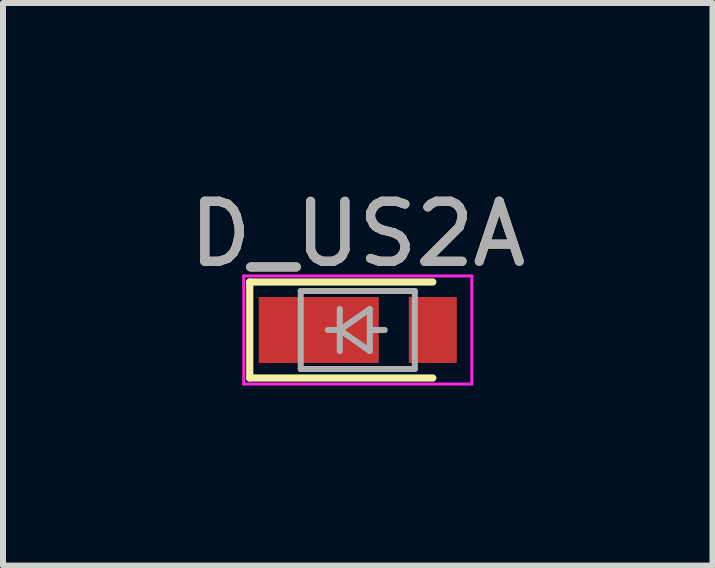
<source format=kicad_pcb>
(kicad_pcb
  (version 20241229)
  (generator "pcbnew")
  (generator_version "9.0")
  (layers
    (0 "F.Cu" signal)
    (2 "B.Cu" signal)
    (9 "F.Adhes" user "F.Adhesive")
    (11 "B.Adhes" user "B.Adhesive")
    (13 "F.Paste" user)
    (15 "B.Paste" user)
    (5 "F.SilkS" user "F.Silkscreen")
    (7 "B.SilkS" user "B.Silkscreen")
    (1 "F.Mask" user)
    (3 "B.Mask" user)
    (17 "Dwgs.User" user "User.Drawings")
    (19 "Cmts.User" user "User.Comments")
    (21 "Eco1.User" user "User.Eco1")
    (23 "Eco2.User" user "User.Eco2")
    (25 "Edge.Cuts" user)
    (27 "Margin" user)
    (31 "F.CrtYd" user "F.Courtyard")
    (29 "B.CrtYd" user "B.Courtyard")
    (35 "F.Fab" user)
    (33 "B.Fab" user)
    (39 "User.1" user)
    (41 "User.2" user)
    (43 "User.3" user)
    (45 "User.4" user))
  (footprint "D_US2A"
    (layer "F.Cu")
    (at 2.911 2.448)
    (property "Reference" "D_US2A" (at 0 -1.6 0) (layer "F.SilkS") (effects (font (size 1 1) (thickness 0.15))))
    (attr smd)
    (fp_line (start -1.8 -0.8) (end 1.25 -0.8) (stroke (width 0.12) (type solid)) (layer "F.SilkS"))
    (fp_line (start -1.8 0.8) (end -1.8 -0.8) (stroke (width 0.12) (type solid)) (layer "F.SilkS"))
    (fp_line (start 1.25 0.8) (end -1.8 0.8) (stroke (width 0.12) (type solid)) (layer "F.SilkS"))
    (fp_line (start -1.9 -0.9) (end 1.9 -0.9) (stroke (width 0.05) (type solid)) (layer "F.CrtYd"))
    (fp_line (start -1.9 0.9) (end -1.9 -0.9) (stroke (width 0.05) (type solid)) (layer "F.CrtYd"))
    (fp_line (start 1.9 -0.9) (end 1.9 0.9) (stroke (width 0.05) (type solid)) (layer "F.CrtYd"))
    (fp_line (start 1.9 0.9) (end -1.9 0.9) (stroke (width 0.05) (type solid)) (layer "F.CrtYd"))
    (fp_line (start -0.95 -0.65) (end 0.95 -0.65) (stroke (width 0.1) (type solid)) (layer "F.Fab"))
    (fp_line (start -0.95 0.65) (end -0.95 -0.65) (stroke (width 0.1) (type solid)) (layer "F.Fab"))
    (fp_line (start -0.3 -0.35) (end -0.3 0.35) (stroke (width 0.1) (type solid)) (layer "F.Fab"))
    (fp_line (start -0.3 0) (end -0.5 0) (stroke (width 0.1) (type solid)) (layer "F.Fab"))
    (fp_line (start -0.3 0) (end 0.2 -0.35) (stroke (width 0.1) (type solid)) (layer "F.Fab"))
    (fp_line (start 0.2 -0.35) (end 0.2 0.35) (stroke (width 0.1) (type solid)) (layer "F.Fab"))
    (fp_line (start 0.2 0) (end 0.45 0) (stroke (width 0.1) (type solid)) (layer "F.Fab"))
    (fp_line (start 0.2 0.35) (end -0.3 0) (stroke (width 0.1) (type solid)) (layer "F.Fab"))
    (fp_line (start 0.95 -0.65) (end 0.95 0.65) (stroke (width 0.1) (type solid)) (layer "F.Fab"))
    (fp_line (start 0.95 0.65) (end -0.95 0.65) (stroke (width 0.1) (type solid)) (layer "F.Fab"))
    (fp_text user "${REFERENCE}" (at 0 -1.6 0) (layer "F.Fab") (effects (font (size 1 1) (thickness 0.15))))
    (pad "1" smd rect (at -0.65 0 180) (size 2 1.1) (layers "F.Cu" "F.Mask" "F.Paste"))
    (pad "2" smd rect (at 1.25 0 180) (size 0.8 1.1) (layers "F.Cu" "F.Mask" "F.Paste")))
  (gr_rect
    (start -3 -3)
    (end 8.821 6.373)
    (stroke (width 0.1) (type default))
    (fill no)
    (layer "Edge.Cuts")))
</source>
